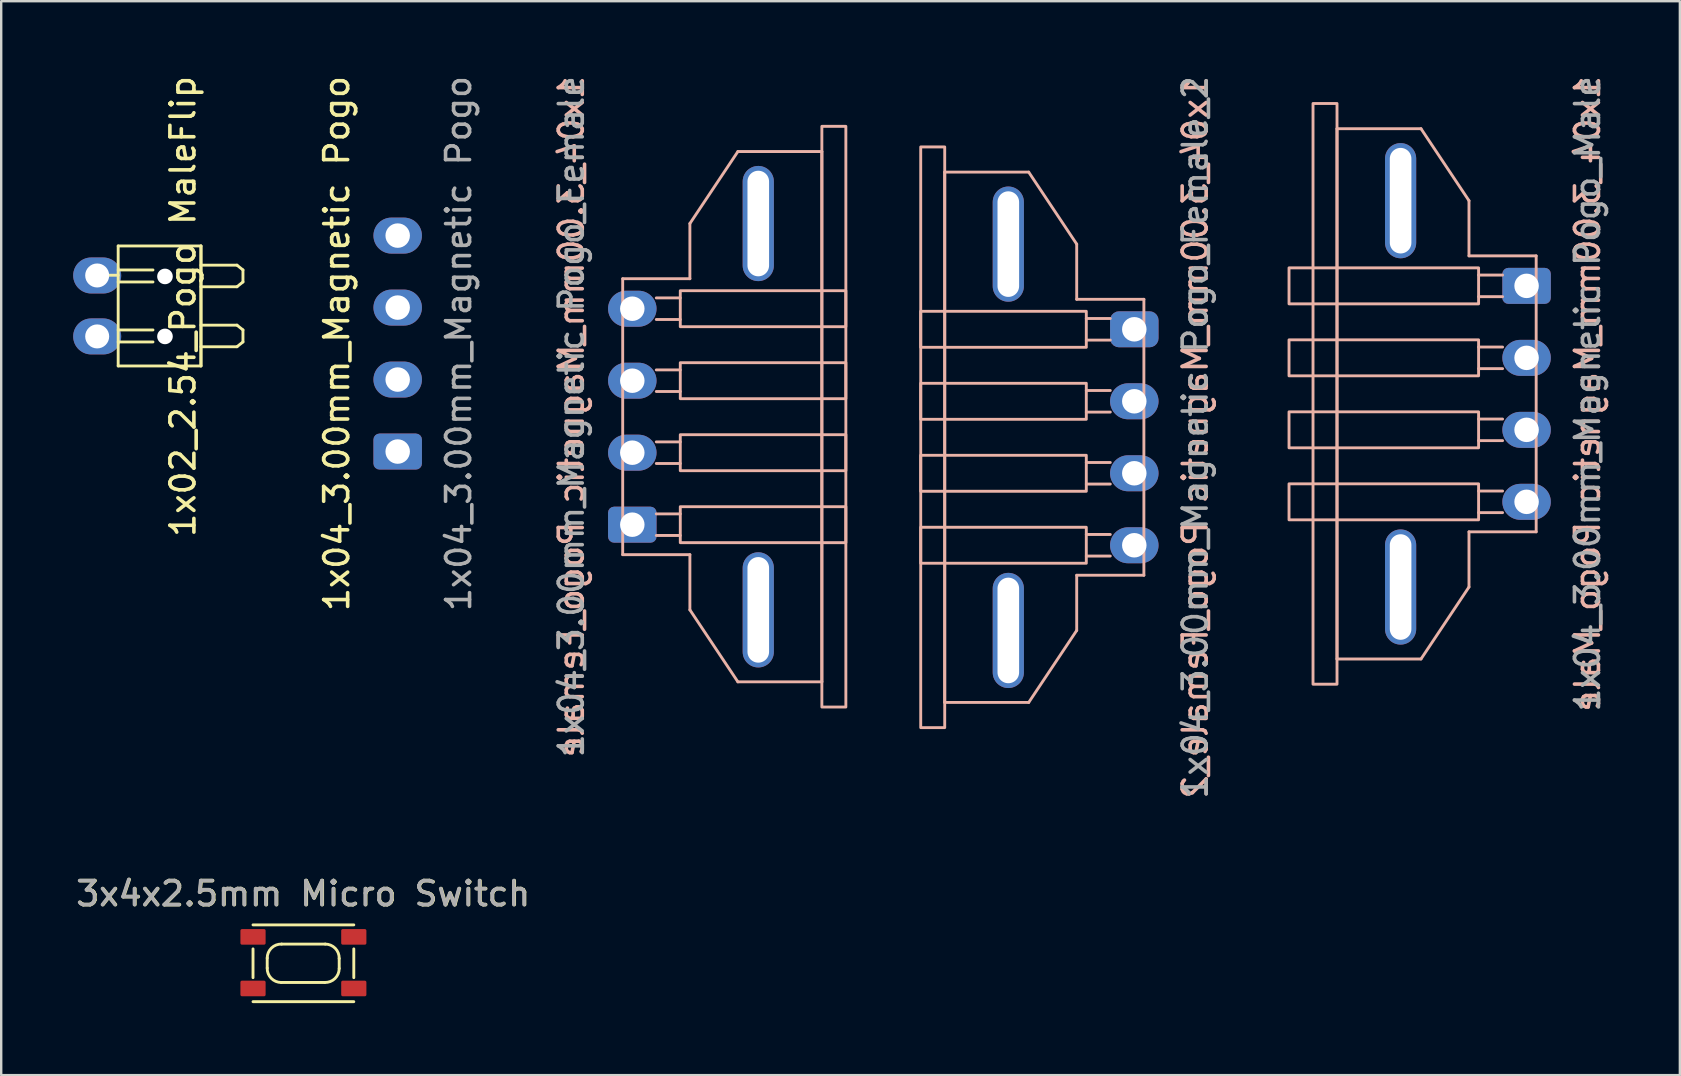
<source format=kicad_pcb>
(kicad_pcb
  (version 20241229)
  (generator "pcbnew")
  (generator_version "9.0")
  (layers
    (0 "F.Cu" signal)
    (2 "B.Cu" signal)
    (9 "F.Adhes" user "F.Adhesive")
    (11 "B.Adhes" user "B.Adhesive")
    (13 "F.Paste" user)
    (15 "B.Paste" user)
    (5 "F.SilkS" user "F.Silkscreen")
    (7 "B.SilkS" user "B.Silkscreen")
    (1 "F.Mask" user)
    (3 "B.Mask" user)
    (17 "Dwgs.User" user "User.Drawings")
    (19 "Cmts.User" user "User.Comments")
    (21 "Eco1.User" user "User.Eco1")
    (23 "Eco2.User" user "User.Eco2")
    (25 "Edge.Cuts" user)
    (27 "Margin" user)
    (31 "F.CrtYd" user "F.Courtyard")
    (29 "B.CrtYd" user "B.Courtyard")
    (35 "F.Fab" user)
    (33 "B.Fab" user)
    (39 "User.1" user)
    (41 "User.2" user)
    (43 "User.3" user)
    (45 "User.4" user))
  (footprint "3x4x2.5mm Micro Switch"
    (layer "F.Cu")
    (at 9.577 37.093)
    (property "Reference" "3x4x2.5mm Micro Switch" (at 0.017 -2.9 0) (unlocked yes) (layer "F.SilkS") (effects (font (size 1 1) (thickness 0.15))))
    (attr smd)
    (fp_line (start -2.083 -0.6) (end -2.083 0.6) (stroke (width 0.12) (type solid)) (layer "F.SilkS"))
    (fp_line (start -1.491 0.2) (end -1.491 -0.217) (stroke (width 0.12) (type solid)) (layer "F.SilkS"))
    (fp_line (start -0.909 0.8) (end 0.909 0.8) (stroke (width 0.12) (type solid)) (layer "F.SilkS"))
    (fp_line (start -0.891 -0.8) (end 0.926 -0.8) (stroke (width 0.12) (type solid)) (layer "F.SilkS"))
    (fp_line (start 1.508 -0.2) (end 1.509 0.217) (stroke (width 0.12) (type solid)) (layer "F.SilkS"))
    (fp_line (start 2.117 -1.6) (end -2.083 -1.6) (stroke (width 0.12) (type solid)) (layer "F.SilkS"))
    (fp_line (start 2.117 -0.6) (end 2.117 0.6) (stroke (width 0.12) (type solid)) (layer "F.SilkS"))
    (fp_line (start 2.117 1.6) (end -2.083 1.6) (stroke (width 0.12) (type solid)) (layer "F.SilkS"))
    (fp_arc (start -1.491299 -0.21728) (mid -1.31448 -0.635432) (end -0.891306 -0.799871) (stroke (width 0.12) (type solid)) (layer "F.SilkS"))
    (fp_arc (start -0.908708 0.800122) (mid -1.32686 0.623303) (end -1.491299 0.200129) (stroke (width 0.12) (type solid)) (layer "F.SilkS"))
    (fp_arc (start 0.925858 -0.799871) (mid 1.34401 -0.623052) (end 1.508449 -0.199878) (stroke (width 0.12) (type solid)) (layer "F.SilkS"))
    (fp_arc (start 1.508702 0.217287) (mid 1.331883 0.635439) (end 0.908709 0.799878) (stroke (width 0.12) (type solid)) (layer "F.SilkS"))
    (fp_text user "${REFERENCE}" (at 0 -2.9 0) (unlocked yes) (layer "F.Fab") (effects (font (size 1 1) (thickness 0.15))))
    (pad "1" smd roundrect (at -2.083 -1.1) (size 1.05 0.65) (layers "F.Cu" "F.Mask" "F.Paste") (roundrect_rratio 0.1))
    (pad "2" smd roundrect (at 2.117 -1.1) (size 1.05 0.65) (layers "F.Cu" "F.Mask" "F.Paste") (roundrect_rratio 0.1))
    (pad "3" smd roundrect (at -2.083 1.05) (size 1.05 0.65) (layers "F.Cu" "F.Mask" "F.Paste") (roundrect_rratio 0.1))
    (pad "4" smd roundrect (at 2.117 1.05) (size 1.05 0.65) (layers "F.Cu" "F.Mask" "F.Paste") (roundrect_rratio 0.1)))
  (footprint "1x04_3.00mm_Magnetic Pogo_Male"
    (layer "F.Cu")
    (at 60.568 13.363)
    (property "Reference" "1x04_3.00mm_Magnetic Pogo_Male" (at 2.54 0 270) (layer "B.SilkS") (effects (font (size 1 1) (thickness 0.15)) (justify mirror)))
    (attr through_hole)
    (fp_line (start -7.9 -11.05) (end -7.9 11.05) (stroke (width 0.12) (type solid)) (layer "B.SilkS"))
    (fp_line (start -4.4 -11.05) (end -7.9 -11.05) (stroke (width 0.12) (type solid)) (layer "B.SilkS"))
    (fp_line (start -4.4 11.05) (end -7.9 11.05) (stroke (width 0.12) (type solid)) (layer "B.SilkS"))
    (fp_line (start -2.4 -8.05) (end -4.4 -11.05) (stroke (width 0.12) (type solid)) (layer "B.SilkS"))
    (fp_line (start -2.4 -8.05) (end -2.4 -5.75) (stroke (width 0.12) (type solid)) (layer "B.SilkS"))
    (fp_line (start -2.4 -5.75) (end 0.4 -5.75) (stroke (width 0.12) (type solid)) (layer "B.SilkS"))
    (fp_line (start -2.4 5.75) (end -2.4 8.05) (stroke (width 0.12) (type solid)) (layer "B.SilkS"))
    (fp_line (start -2.4 5.75) (end 0.4 5.75) (stroke (width 0.12) (type solid)) (layer "B.SilkS"))
    (fp_line (start -2.4 8.05) (end -4.4 11.05) (stroke (width 0.12) (type solid)) (layer "B.SilkS"))
    (fp_line (start -2 -4.95) (end -1 -4.95) (stroke (width 0.12) (type solid)) (layer "B.SilkS"))
    (fp_line (start -2 -4.05) (end -1 -4.05) (stroke (width 0.12) (type solid)) (layer "B.SilkS"))
    (fp_line (start -2 -1.95) (end -1 -1.95) (stroke (width 0.12) (type solid)) (layer "B.SilkS"))
    (fp_line (start -2 -1.05) (end -1 -1.05) (stroke (width 0.12) (type solid)) (layer "B.SilkS"))
    (fp_line (start -2 1.05) (end -1 1.05) (stroke (width 0.12) (type solid)) (layer "B.SilkS"))
    (fp_line (start -2 1.95) (end -1 1.95) (stroke (width 0.12) (type solid)) (layer "B.SilkS"))
    (fp_line (start -2 4.05) (end -1 4.05) (stroke (width 0.12) (type solid)) (layer "B.SilkS"))
    (fp_line (start -2 4.95) (end -1 4.95) (stroke (width 0.12) (type solid)) (layer "B.SilkS"))
    (fp_line (start 0.4 -5.75) (end 0.4 5.75) (stroke (width 0.12) (type solid)) (layer "B.SilkS"))
    (fp_rect (start -7.9 -12.1) (end -8.9 12.1) (stroke (width 0.12) (type solid)) (fill no) (layer "B.SilkS"))
    (fp_rect (start -2 -3.75) (end -9.9 -5.25) (stroke (width 0.12) (type solid)) (fill no) (layer "B.SilkS"))
    (fp_rect (start -2 -0.75) (end -9.9 -2.25) (stroke (width 0.12) (type solid)) (fill no) (layer "B.SilkS"))
    (fp_rect (start -2 2.25) (end -9.9 0.75) (stroke (width 0.12) (type solid)) (fill no) (layer "B.SilkS"))
    (fp_rect (start -2 5.25) (end -9.9 3.75) (stroke (width 0.12) (type solid)) (fill no) (layer "B.SilkS"))
    (fp_text user "${REFERENCE}" (at 2.54 0 90) (layer "F.Fab") (effects (font (size 1 1) (thickness 0.15))))
    (pad "1" thru_hole oval (at 0 4.5 90) (size 1.5 2.02) (drill 1.02) (layers "*.Cu" "*.Mask"))
    (pad "2" thru_hole oval (at 0 1.5 90) (size 1.5 2.02) (drill 1.02) (layers "*.Cu" "*.Mask"))
    (pad "3" thru_hole oval (at 0 -1.5 90) (size 1.5 2.02) (drill 1.02) (layers "*.Cu" "*.Mask"))
    (pad "4" thru_hole roundrect (at 0 -4.5 90) (size 1.5 2.02) (drill 1.02) (layers "*.Cu" "*.Mask") (roundrect_rratio 0.167))
    (pad "5" thru_hole oval (at -5.25 -8.05) (size 1.3 4.8) (drill oval 0.9 4.4) (layers "*.Cu" "*.Mask"))
    (pad "6" thru_hole oval (at -5.25 8.05) (size 1.3 4.8) (drill oval 0.9 4.4) (layers "*.Cu" "*.Mask")))
  (footprint "1x04_3.00mm_Magnetic Pogo"
    (layer "F.Cu")
    (at 13.523 11.268)
    (property "Reference" "1x04_3.00mm_Magnetic Pogo" (at -2.54 0 90) (layer "F.SilkS") (effects (font (size 1 1) (thickness 0.15))))
    (attr through_hole)
    (fp_text user "${REFERENCE}" (at 2.54 0 90) (layer "F.Fab") (effects (font (size 1 1) (thickness 0.15))))
    (pad "1" thru_hole roundrect (at 0 4.5 90) (size 1.5 2.02) (drill 1.02) (layers "*.Cu" "*.Mask") (roundrect_rratio 0.167))
    (pad "2" thru_hole oval (at 0 1.5 90) (size 1.5 2.02) (drill 1.02) (layers "*.Cu" "*.Mask"))
    (pad "3" thru_hole oval (at 0 -1.5 90) (size 1.5 2.02) (drill 1.02) (layers "*.Cu" "*.Mask"))
    (pad "4" thru_hole oval (at 0 -4.5 90) (size 1.5 2.02) (drill 1.02) (layers "*.Cu" "*.Mask")))
  (footprint "1x04_3.00mm_Magnetic Pogo_Female"
    (layer "F.Cu")
    (at 23.3 14.315)
    (property "Reference" "1x04_3.00mm_Magnetic Pogo_Female" (at -2.54 0 90) (layer "B.SilkS") (effects (font (size 1 1) (thickness 0.15)) (justify mirror)))
    (attr through_hole)
    (fp_line (start -0.4 5.75) (end -0.4 -5.75) (stroke (width 0.12) (type solid)) (layer "B.SilkS"))
    (fp_line (start 2 -4.95) (end 1 -4.95) (stroke (width 0.12) (type solid)) (layer "B.SilkS"))
    (fp_line (start 2 -4.05) (end 1 -4.05) (stroke (width 0.12) (type solid)) (layer "B.SilkS"))
    (fp_line (start 2 -1.95) (end 1 -1.95) (stroke (width 0.12) (type solid)) (layer "B.SilkS"))
    (fp_line (start 2 -1.05) (end 1 -1.05) (stroke (width 0.12) (type solid)) (layer "B.SilkS"))
    (fp_line (start 2 1.05) (end 1 1.05) (stroke (width 0.12) (type solid)) (layer "B.SilkS"))
    (fp_line (start 2 1.95) (end 1 1.95) (stroke (width 0.12) (type solid)) (layer "B.SilkS"))
    (fp_line (start 2 4.05) (end 1 4.05) (stroke (width 0.12) (type solid)) (layer "B.SilkS"))
    (fp_line (start 2 4.95) (end 1 4.95) (stroke (width 0.12) (type solid)) (layer "B.SilkS"))
    (fp_line (start 2.4 -8.05) (end 4.4 -11.05) (stroke (width 0.12) (type solid)) (layer "B.SilkS"))
    (fp_line (start 2.4 -5.75) (end -0.4 -5.75) (stroke (width 0.12) (type solid)) (layer "B.SilkS"))
    (fp_line (start 2.4 -5.75) (end 2.4 -8.05) (stroke (width 0.12) (type solid)) (layer "B.SilkS"))
    (fp_line (start 2.4 5.75) (end -0.4 5.75) (stroke (width 0.12) (type solid)) (layer "B.SilkS"))
    (fp_line (start 2.4 8.05) (end 2.4 5.75) (stroke (width 0.12) (type solid)) (layer "B.SilkS"))
    (fp_line (start 2.4 8.05) (end 4.4 11.05) (stroke (width 0.12) (type solid)) (layer "B.SilkS"))
    (fp_line (start 4.4 -11.05) (end 7.9 -11.05) (stroke (width 0.12) (type solid)) (layer "B.SilkS"))
    (fp_line (start 4.4 11.05) (end 7.9 11.05) (stroke (width 0.12) (type solid)) (layer "B.SilkS"))
    (fp_line (start 7.9 11.05) (end 7.9 -11.05) (stroke (width 0.12) (type solid)) (layer "B.SilkS"))
    (fp_rect (start 2 -5.25) (end 8.9 -3.75) (stroke (width 0.12) (type solid)) (fill no) (layer "B.SilkS"))
    (fp_rect (start 2 -2.25) (end 8.9 -0.75) (stroke (width 0.12) (type solid)) (fill no) (layer "B.SilkS"))
    (fp_rect (start 2 0.75) (end 8.9 2.25) (stroke (width 0.12) (type solid)) (fill no) (layer "B.SilkS"))
    (fp_rect (start 2 3.75) (end 8.9 5.25) (stroke (width 0.12) (type solid)) (fill no) (layer "B.SilkS"))
    (fp_rect (start 7.9 12.1) (end 8.9 -12.1) (stroke (width 0.12) (type solid)) (fill no) (layer "B.SilkS"))
    (fp_text user "${REFERENCE}" (at -2.54 0 270) (layer "F.Fab") (effects (font (size 1 1) (thickness 0.15))))
    (pad "1" thru_hole roundrect (at 0 4.5 90) (size 1.5 2.02) (drill 1.02) (layers "*.Cu" "*.Mask") (roundrect_rratio 0.167))
    (pad "2" thru_hole oval (at 0 1.5 90) (size 1.5 2.02) (drill 1.02) (layers "*.Cu" "*.Mask"))
    (pad "3" thru_hole oval (at 0 -1.5 90) (size 1.5 2.02) (drill 1.02) (layers "*.Cu" "*.Mask"))
    (pad "4" thru_hole oval (at 0 -4.5 90) (size 1.5 2.02) (drill 1.02) (layers "*.Cu" "*.Mask"))
    (pad "5" thru_hole oval (at 5.25 8.05 180) (size 1.3 4.8) (drill oval 0.9 4.4) (layers "*.Cu" "*.Mask"))
    (pad "6" thru_hole oval (at 5.25 -8.05 180) (size 1.3 4.8) (drill oval 0.9 4.4) (layers "*.Cu" "*.Mask")))
  (footprint "1x04_3.00mm_Magnetic Pogo_Female_2"
    (layer "F.Cu")
    (at 44.22 15.173)
    (property "Reference" "1x04_3.00mm_Magnetic Pogo_Female_2" (at 2.54 0 270) (layer "B.SilkS") (effects (font (size 1 1) (thickness 0.15)) (justify mirror)))
    (attr through_hole)
    (fp_line (start -7.9 -11.05) (end -7.9 11.05) (stroke (width 0.12) (type solid)) (layer "B.SilkS"))
    (fp_line (start -4.4 -11.05) (end -7.9 -11.05) (stroke (width 0.12) (type solid)) (layer "B.SilkS"))
    (fp_line (start -4.4 11.05) (end -7.9 11.05) (stroke (width 0.12) (type solid)) (layer "B.SilkS"))
    (fp_line (start -2.4 -8.05) (end -4.4 -11.05) (stroke (width 0.12) (type solid)) (layer "B.SilkS"))
    (fp_line (start -2.4 -8.05) (end -2.4 -5.75) (stroke (width 0.12) (type solid)) (layer "B.SilkS"))
    (fp_line (start -2.4 -5.75) (end 0.4 -5.75) (stroke (width 0.12) (type solid)) (layer "B.SilkS"))
    (fp_line (start -2.4 5.75) (end -2.4 8.05) (stroke (width 0.12) (type solid)) (layer "B.SilkS"))
    (fp_line (start -2.4 5.75) (end 0.4 5.75) (stroke (width 0.12) (type solid)) (layer "B.SilkS"))
    (fp_line (start -2.4 8.05) (end -4.4 11.05) (stroke (width 0.12) (type solid)) (layer "B.SilkS"))
    (fp_line (start -2 -4.95) (end -1 -4.95) (stroke (width 0.12) (type solid)) (layer "B.SilkS"))
    (fp_line (start -2 -4.05) (end -1 -4.05) (stroke (width 0.12) (type solid)) (layer "B.SilkS"))
    (fp_line (start -2 -1.95) (end -1 -1.95) (stroke (width 0.12) (type solid)) (layer "B.SilkS"))
    (fp_line (start -2 -1.05) (end -1 -1.05) (stroke (width 0.12) (type solid)) (layer "B.SilkS"))
    (fp_line (start -2 1.05) (end -1 1.05) (stroke (width 0.12) (type solid)) (layer "B.SilkS"))
    (fp_line (start -2 1.95) (end -1 1.95) (stroke (width 0.12) (type solid)) (layer "B.SilkS"))
    (fp_line (start -2 4.05) (end -1 4.05) (stroke (width 0.12) (type solid)) (layer "B.SilkS"))
    (fp_line (start -2 4.95) (end -1 4.95) (stroke (width 0.12) (type solid)) (layer "B.SilkS"))
    (fp_line (start 0.4 -5.75) (end 0.4 5.75) (stroke (width 0.12) (type solid)) (layer "B.SilkS"))
    (fp_rect (start -7.9 -12.1) (end -8.9 12.1) (stroke (width 0.12) (type solid)) (fill no) (layer "B.SilkS"))
    (fp_rect (start -2 -3.75) (end -8.9 -5.25) (stroke (width 0.12) (type solid)) (fill no) (layer "B.SilkS"))
    (fp_rect (start -2 -0.75) (end -8.9 -2.25) (stroke (width 0.12) (type solid)) (fill no) (layer "B.SilkS"))
    (fp_rect (start -2 2.25) (end -8.9 0.75) (stroke (width 0.12) (type solid)) (fill no) (layer "B.SilkS"))
    (fp_rect (start -2 5.25) (end -8.9 3.75) (stroke (width 0.12) (type solid)) (fill no) (layer "B.SilkS"))
    (fp_text user "${REFERENCE}" (at 2.54 0 90) (layer "F.Fab") (effects (font (size 1 1) (thickness 0.15))))
    (pad "1" thru_hole roundrect (at 0 -4.5 90) (size 1.5 2.02) (drill 1.02) (layers "*.Cu" "*.Mask") (roundrect_rratio 0.25))
    (pad "2" thru_hole oval (at 0 -1.5 90) (size 1.5 2.02) (drill 1.02) (layers "*.Cu" "*.Mask"))
    (pad "3" thru_hole oval (at 0 1.5 90) (size 1.5 2.02) (drill 1.02) (layers "*.Cu" "*.Mask"))
    (pad "4" thru_hole oval (at 0 4.5 90) (size 1.5 2.02) (drill 1.02) (layers "*.Cu" "*.Mask"))
    (pad "5" thru_hole oval (at -5.25 -8.05) (size 1.3 4.8) (drill oval 0.9 4.4) (layers "*.Cu" "*.Mask"))
    (pad "6" thru_hole oval (at -5.25 8.05) (size 1.3 4.8) (drill oval 0.9 4.4) (layers "*.Cu" "*.Mask")))
  (footprint "1x02_2.54_Pogo MaleFlip"
    (layer "F.Cu")
    (at 5.325 12.22)
    (property "Reference" "1x02_2.54_Pogo MaleFlip" (at -0.75 -2.5 90) (layer "F.SilkS") (effects (font (size 1 1) (thickness 0.15))))
    (attr through_hole)
    (fp_line (start -4.575 -3.8) (end -3.45 -3.8) (stroke (width 0.12) (type solid)) (layer "F.SilkS"))
    (fp_line (start -3.45 -4.02) (end -2 -4.02) (stroke (width 0.12) (type solid)) (layer "F.SilkS"))
    (fp_line (start -3.45 -3.52) (end -2 -3.52) (stroke (width 0.12) (type solid)) (layer "F.SilkS"))
    (fp_line (start -3.45 -1.52) (end -2 -1.52) (stroke (width 0.12) (type solid)) (layer "F.SilkS"))
    (fp_line (start -3.45 -1.02) (end -2 -1.02) (stroke (width 0.12) (type solid)) (layer "F.SilkS"))
    (fp_line (start -3.45 -0.02) (end -3.45 -5.02) (stroke (width 0.12) (type solid)) (layer "F.SilkS"))
    (fp_line (start -3.45 -0.02) (end 0 -0.02) (stroke (width 0.12) (type solid)) (layer "F.SilkS"))
    (fp_line (start 0 -5.02) (end -3.45 -5.02) (stroke (width 0.12) (type solid)) (layer "F.SilkS"))
    (fp_line (start 0 -4.22) (end 1.5 -4.22) (stroke (width 0.12) (type solid)) (layer "F.SilkS"))
    (fp_line (start 0 -3.32) (end 1.5 -3.32) (stroke (width 0.12) (type solid)) (layer "F.SilkS"))
    (fp_line (start 0 -1.72) (end 1.5 -1.72) (stroke (width 0.12) (type solid)) (layer "F.SilkS"))
    (fp_line (start 0 -0.82) (end 1.5 -0.82) (stroke (width 0.12) (type solid)) (layer "F.SilkS"))
    (fp_line (start 0 -0.02) (end 0 -5.02) (stroke (width 0.12) (type solid)) (layer "F.SilkS"))
    (fp_line (start 0 -0.02) (end 0 -5.02) (stroke (width 0.12) (type solid)) (layer "F.SilkS"))
    (fp_line (start 1.75 -4.02) (end 1.5 -4.22) (stroke (width 0.12) (type solid)) (layer "F.SilkS"))
    (fp_line (start 1.75 -3.52) (end 1.5 -3.32) (stroke (width 0.12) (type solid)) (layer "F.SilkS"))
    (fp_line (start 1.75 -3.52) (end 1.75 -4.02) (stroke (width 0.12) (type solid)) (layer "F.SilkS"))
    (fp_line (start 1.75 -1.52) (end 1.5 -1.72) (stroke (width 0.12) (type solid)) (layer "F.SilkS"))
    (fp_line (start 1.75 -1.02) (end 1.5 -0.82) (stroke (width 0.12) (type solid)) (layer "F.SilkS"))
    (fp_line (start 1.75 -1.02) (end 1.75 -1.52) (stroke (width 0.12) (type solid)) (layer "F.SilkS"))
    (fp_circle (center -4.325 -3.8) (end -4.075 -3.8) (stroke (width 0.12) (type solid)) (fill no) (layer "F.SilkS"))
    (pad "" np_thru_hole oval (at -1.5 -3.75) (size 0.65 0.65) (drill 0.65) (layers "*.Cu" "*.Mask"))
    (pad "" np_thru_hole oval (at -1.5 -1.25) (size 0.65 0.65) (drill 0.65) (layers "*.Cu" "*.Mask"))
    (pad "1" thru_hole oval (at -4.325 -3.79) (size 2 1.5) (drill 1) (layers "*.Cu" "*.Mask"))
    (pad "2" thru_hole oval (at -4.325 -1.25) (size 2 1.5) (drill 1) (layers "*.Cu" "*.Mask")))
  (gr_rect
    (start -3 -3)
    (end 66.956 41.754)
    (stroke (width 0.1) (type default))
    (fill no)
    (layer "Edge.Cuts")))
</source>
